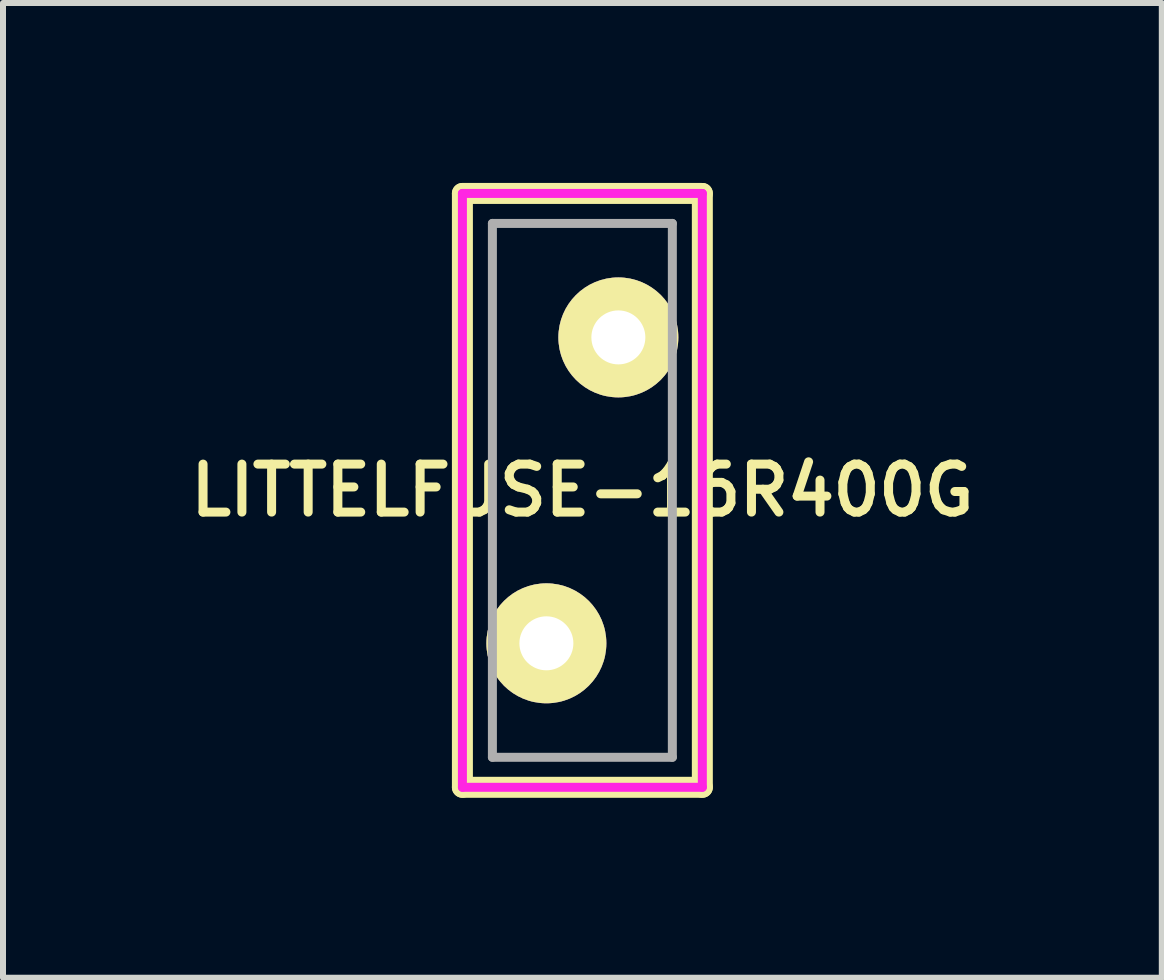
<source format=kicad_pcb>
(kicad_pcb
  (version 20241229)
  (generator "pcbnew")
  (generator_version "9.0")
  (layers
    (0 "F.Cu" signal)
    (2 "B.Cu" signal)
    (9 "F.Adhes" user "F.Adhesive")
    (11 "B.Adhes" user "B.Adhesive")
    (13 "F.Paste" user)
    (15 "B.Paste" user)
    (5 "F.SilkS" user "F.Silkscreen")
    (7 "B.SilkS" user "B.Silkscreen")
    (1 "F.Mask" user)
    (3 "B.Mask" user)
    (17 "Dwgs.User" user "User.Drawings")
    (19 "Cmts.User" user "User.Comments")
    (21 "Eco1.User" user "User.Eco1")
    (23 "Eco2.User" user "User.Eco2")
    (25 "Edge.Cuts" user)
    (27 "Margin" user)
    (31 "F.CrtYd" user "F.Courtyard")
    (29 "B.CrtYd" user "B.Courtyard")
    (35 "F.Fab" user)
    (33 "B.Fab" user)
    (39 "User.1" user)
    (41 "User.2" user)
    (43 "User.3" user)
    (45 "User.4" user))
  (footprint "LITTELFUSE-16R400G"
    (layer "F.Cu")
    (at 6.659 5.125)
    (property "Reference" "LITTELFUSE-16R400G" (at 0 0 0) (layer "F.SilkS") (effects (font (size 0.8 0.8) (thickness 0.15))))
    (attr through_hole)
    (fp_line (start -2 -4.95) (end 2 -4.95) (stroke (width 0.35) (type solid)) (layer "F.SilkS"))
    (fp_line (start -2 4.95) (end -2 -4.95) (stroke (width 0.35) (type solid)) (layer "F.SilkS"))
    (fp_line (start 2 -4.95) (end 2 4.95) (stroke (width 0.35) (type solid)) (layer "F.SilkS"))
    (fp_line (start 2 4.95) (end -2 4.95) (stroke (width 0.35) (type solid)) (layer "F.SilkS"))
    (fp_line (start -2 -4.95) (end 2 -4.95) (stroke (width 0.15) (type solid)) (layer "F.CrtYd"))
    (fp_line (start -2 4.95) (end -2 -4.95) (stroke (width 0.15) (type solid)) (layer "F.CrtYd"))
    (fp_line (start 2 -4.95) (end 2 4.95) (stroke (width 0.15) (type solid)) (layer "F.CrtYd"))
    (fp_line (start 2 4.95) (end -2 4.95) (stroke (width 0.15) (type solid)) (layer "F.CrtYd"))
    (fp_line (start -1.5 -4.45) (end 1.5 -4.45) (stroke (width 0.15) (type solid)) (layer "F.Fab"))
    (fp_line (start -1.5 4.45) (end -1.5 -4.45) (stroke (width 0.15) (type solid)) (layer "F.Fab"))
    (fp_line (start 1.5 -4.45) (end 1.5 4.45) (stroke (width 0.15) (type solid)) (layer "F.Fab"))
    (fp_line (start 1.5 4.45) (end -1.5 4.45) (stroke (width 0.15) (type solid)) (layer "F.Fab"))
    (pad "1" thru_hole circle (at -0.6 2.55) (size 2 2) (drill 0.9) (layers "*.Cu" "*.Mask" "F.SilkS"))
    (pad "2" thru_hole circle (at 0.6 -2.55) (size 2 2) (drill 0.9) (layers "*.Cu" "*.Mask" "F.SilkS")))
  (gr_rect
    (start -3 -3)
    (end 16.319 13.25)
    (stroke (width 0.1) (type default))
    (fill no)
    (layer "Edge.Cuts")))
</source>
